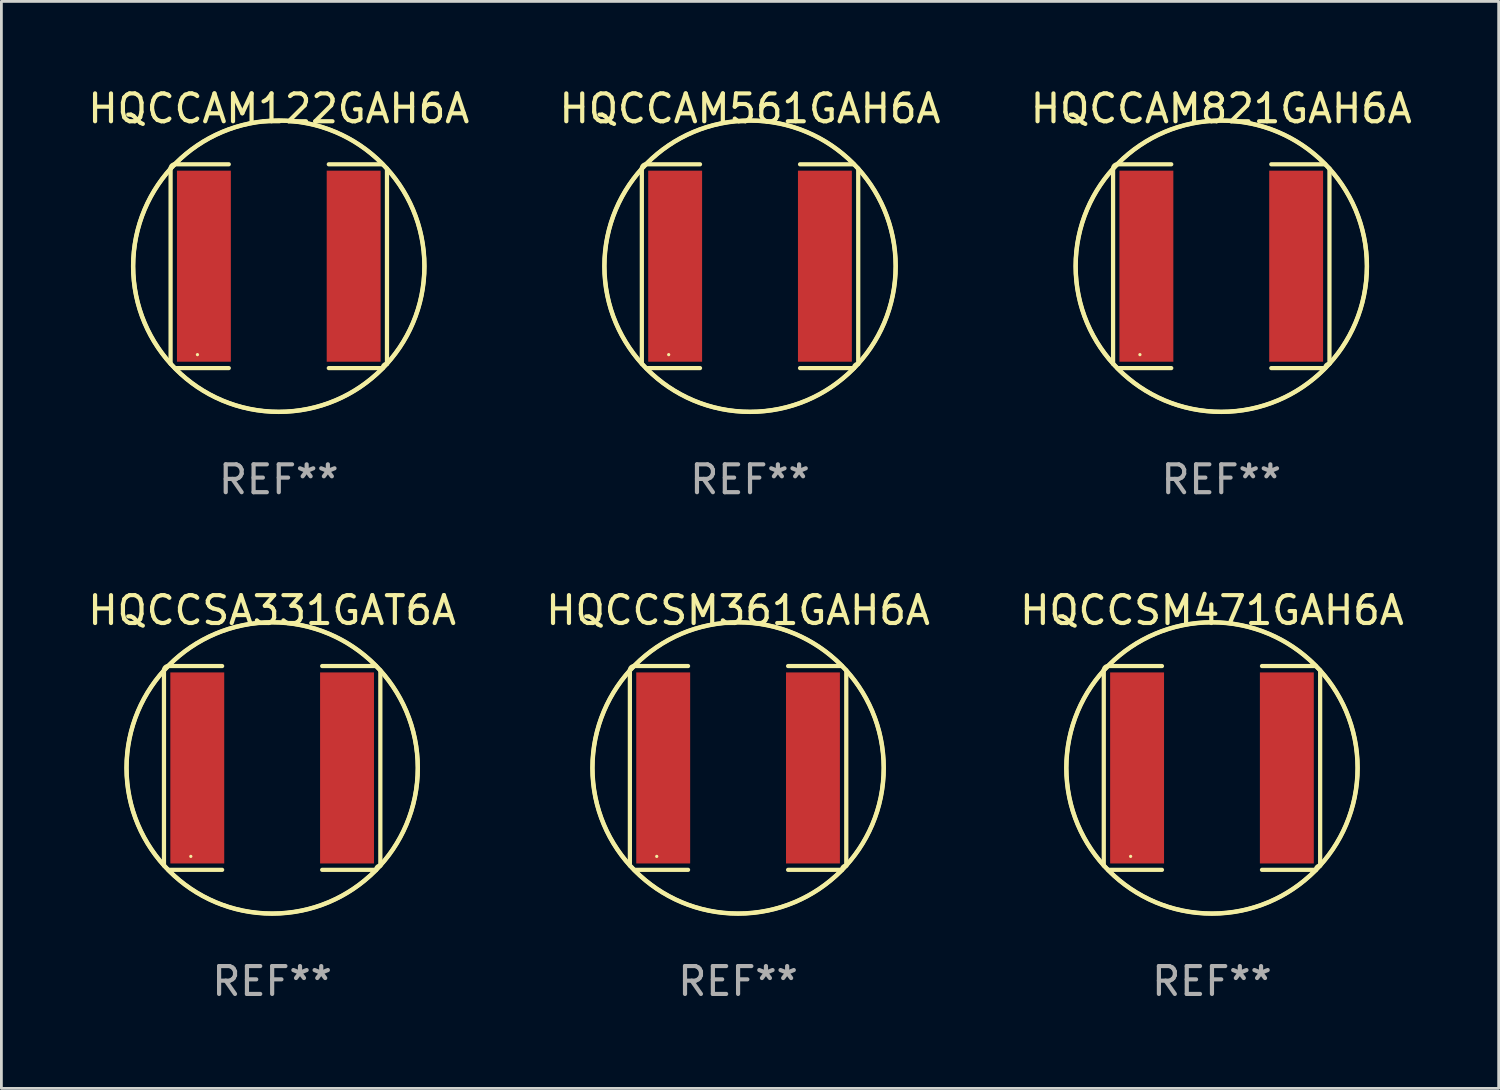
<source format=kicad_pcb>
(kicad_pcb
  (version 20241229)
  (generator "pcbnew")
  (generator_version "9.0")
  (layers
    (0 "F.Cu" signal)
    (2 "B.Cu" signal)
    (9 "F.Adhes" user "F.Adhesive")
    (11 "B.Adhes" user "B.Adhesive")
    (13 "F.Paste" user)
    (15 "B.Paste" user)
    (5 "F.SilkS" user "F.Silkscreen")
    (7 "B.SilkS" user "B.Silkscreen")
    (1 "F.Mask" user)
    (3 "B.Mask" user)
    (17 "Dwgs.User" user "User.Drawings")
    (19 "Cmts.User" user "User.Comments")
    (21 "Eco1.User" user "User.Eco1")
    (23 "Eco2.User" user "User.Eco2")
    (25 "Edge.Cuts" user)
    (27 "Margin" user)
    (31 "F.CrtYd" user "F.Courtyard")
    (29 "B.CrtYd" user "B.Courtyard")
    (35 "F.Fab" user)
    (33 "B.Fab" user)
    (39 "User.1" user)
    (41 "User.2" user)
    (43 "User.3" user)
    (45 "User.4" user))
  (footprint "HQCCAM561GAH6A"
    (layer "F.Cu")
    (at 23.875 6.506)
    (property "Reference" "HQCCAM561GAH6A" (at 0 -5.658 0) (layer "F.SilkS") (effects (font (size 1 1) (thickness 0.15))))
    (attr through_hole)
    (fp_line (start -3.884 -3.505) (end -3.884 3.505) (stroke (width 0.152) (type solid)) (layer "F.SilkS"))
    (fp_line (start -3.731 3.658) (end -1.796 3.658) (stroke (width 0.152) (type solid)) (layer "F.SilkS"))
    (fp_line (start -1.796 -3.658) (end -3.731 -3.658) (stroke (width 0.152) (type solid)) (layer "F.SilkS"))
    (fp_line (start 1.796 -3.658) (end 3.731 -3.658) (stroke (width 0.152) (type solid)) (layer "F.SilkS"))
    (fp_line (start 3.731 3.658) (end 1.796 3.658) (stroke (width 0.152) (type solid)) (layer "F.SilkS"))
    (fp_line (start 3.884 -3.505) (end 3.884 3.505) (stroke (width 0.152) (type solid)) (layer "F.SilkS"))
    (fp_arc (start -3.8836 -3.505199) (mid -3.838963 -3.612963) (end -3.731199 -3.6576) (stroke (width 0.1524) (type solid)) (layer "F.SilkS"))
    (fp_arc (start -3.883599 3.505199) (mid 3.883577 -3.505177) (end -3.883599 3.505199) (stroke (width 0.1524) (type solid)) (layer "F.SilkS"))
    (fp_arc (start 3.731198 3.6576) (mid 3.775835 3.549836) (end 3.883599 3.505199) (stroke (width 0.1524) (type solid)) (layer "F.SilkS"))
    (fp_arc (start 3.731199 -3.6576) (mid -3.731221 3.657622) (end 3.731199 -3.6576) (stroke (width 0.1524) (type solid)) (layer "F.SilkS"))
    (fp_circle (center -2.92 3.175) (end -2.89 3.175) (stroke (width 0.06) (type solid)) (fill no) (layer "F.SilkS"))
    (fp_text user "REF**" (at 0 7.658 0) (layer "F.Fab") (effects (font (size 1 1) (thickness 0.15))))
    (pad "1" smd rect (at -2.688 0) (size 1.935 6.858) (layers "F.Cu" "F.Mask" "F.Paste"))
    (pad "2" smd rect (at 2.688 0) (size 1.935 6.858) (layers "F.Cu" "F.Mask" "F.Paste")))
  (footprint "HQCCAM122GAH6A"
    (layer "F.Cu")
    (at 6.958 6.506)
    (property "Reference" "HQCCAM122GAH6A" (at 0 -5.658 0) (layer "F.SilkS") (effects (font (size 1 1) (thickness 0.15))))
    (attr through_hole)
    (fp_line (start -3.884 -3.505) (end -3.884 3.505) (stroke (width 0.152) (type solid)) (layer "F.SilkS"))
    (fp_line (start -3.731 3.658) (end -1.796 3.658) (stroke (width 0.152) (type solid)) (layer "F.SilkS"))
    (fp_line (start -1.796 -3.658) (end -3.731 -3.658) (stroke (width 0.152) (type solid)) (layer "F.SilkS"))
    (fp_line (start 1.796 -3.658) (end 3.731 -3.658) (stroke (width 0.152) (type solid)) (layer "F.SilkS"))
    (fp_line (start 3.731 3.658) (end 1.796 3.658) (stroke (width 0.152) (type solid)) (layer "F.SilkS"))
    (fp_line (start 3.884 -3.505) (end 3.884 3.505) (stroke (width 0.152) (type solid)) (layer "F.SilkS"))
    (fp_arc (start -3.8836 -3.505199) (mid -3.838963 -3.612963) (end -3.731199 -3.6576) (stroke (width 0.1524) (type solid)) (layer "F.SilkS"))
    (fp_arc (start -3.883599 3.505199) (mid 3.883577 -3.505177) (end -3.883599 3.505199) (stroke (width 0.1524) (type solid)) (layer "F.SilkS"))
    (fp_arc (start 3.731198 3.6576) (mid 3.775835 3.549836) (end 3.883599 3.505199) (stroke (width 0.1524) (type solid)) (layer "F.SilkS"))
    (fp_arc (start 3.731199 -3.6576) (mid -3.731221 3.657622) (end 3.731199 -3.6576) (stroke (width 0.1524) (type solid)) (layer "F.SilkS"))
    (fp_circle (center -2.92 3.175) (end -2.89 3.175) (stroke (width 0.06) (type solid)) (fill no) (layer "F.SilkS"))
    (fp_text user "REF**" (at 0 7.658 0) (layer "F.Fab") (effects (font (size 1 1) (thickness 0.15))))
    (pad "1" smd rect (at -2.688 0) (size 1.935 6.858) (layers "F.Cu" "F.Mask" "F.Paste"))
    (pad "2" smd rect (at 2.688 0) (size 1.935 6.858) (layers "F.Cu" "F.Mask" "F.Paste")))
  (footprint "HQCCAM821GAH6A"
    (layer "F.Cu")
    (at 40.792 6.506)
    (property "Reference" "HQCCAM821GAH6A" (at 0 -5.658 0) (layer "F.SilkS") (effects (font (size 1 1) (thickness 0.15))))
    (attr through_hole)
    (fp_line (start -3.884 -3.505) (end -3.884 3.505) (stroke (width 0.152) (type solid)) (layer "F.SilkS"))
    (fp_line (start -3.731 3.658) (end -1.796 3.658) (stroke (width 0.152) (type solid)) (layer "F.SilkS"))
    (fp_line (start -1.796 -3.658) (end -3.731 -3.658) (stroke (width 0.152) (type solid)) (layer "F.SilkS"))
    (fp_line (start 1.796 -3.658) (end 3.731 -3.658) (stroke (width 0.152) (type solid)) (layer "F.SilkS"))
    (fp_line (start 3.731 3.658) (end 1.796 3.658) (stroke (width 0.152) (type solid)) (layer "F.SilkS"))
    (fp_line (start 3.884 -3.505) (end 3.884 3.505) (stroke (width 0.152) (type solid)) (layer "F.SilkS"))
    (fp_arc (start -3.8836 -3.505199) (mid -3.838963 -3.612963) (end -3.731199 -3.6576) (stroke (width 0.1524) (type solid)) (layer "F.SilkS"))
    (fp_arc (start -3.883599 3.505199) (mid 3.883577 -3.505177) (end -3.883599 3.505199) (stroke (width 0.1524) (type solid)) (layer "F.SilkS"))
    (fp_arc (start 3.731198 3.6576) (mid 3.775835 3.549836) (end 3.883599 3.505199) (stroke (width 0.1524) (type solid)) (layer "F.SilkS"))
    (fp_arc (start 3.731199 -3.6576) (mid -3.731221 3.657622) (end 3.731199 -3.6576) (stroke (width 0.1524) (type solid)) (layer "F.SilkS"))
    (fp_circle (center -2.92 3.175) (end -2.89 3.175) (stroke (width 0.06) (type solid)) (fill no) (layer "F.SilkS"))
    (fp_text user "REF**" (at 0 7.658 0) (layer "F.Fab") (effects (font (size 1 1) (thickness 0.15))))
    (pad "1" smd rect (at -2.688 0) (size 1.935 6.858) (layers "F.Cu" "F.Mask" "F.Paste"))
    (pad "2" smd rect (at 2.688 0) (size 1.935 6.858) (layers "F.Cu" "F.Mask" "F.Paste")))
  (footprint "HQCCSM471GAH6A"
    (layer "F.Cu")
    (at 40.458 24.518)
    (property "Reference" "HQCCSM471GAH6A" (at 0 -5.658 0) (layer "F.SilkS") (effects (font (size 1 1) (thickness 0.15))))
    (attr through_hole)
    (fp_line (start -3.884 -3.505) (end -3.884 3.505) (stroke (width 0.152) (type solid)) (layer "F.SilkS"))
    (fp_line (start -3.731 3.658) (end -1.796 3.658) (stroke (width 0.152) (type solid)) (layer "F.SilkS"))
    (fp_line (start -1.796 -3.658) (end -3.731 -3.658) (stroke (width 0.152) (type solid)) (layer "F.SilkS"))
    (fp_line (start 1.796 -3.658) (end 3.731 -3.658) (stroke (width 0.152) (type solid)) (layer "F.SilkS"))
    (fp_line (start 3.731 3.658) (end 1.796 3.658) (stroke (width 0.152) (type solid)) (layer "F.SilkS"))
    (fp_line (start 3.884 -3.505) (end 3.884 3.505) (stroke (width 0.152) (type solid)) (layer "F.SilkS"))
    (fp_arc (start -3.8836 -3.505199) (mid -3.838963 -3.612963) (end -3.731199 -3.6576) (stroke (width 0.1524) (type solid)) (layer "F.SilkS"))
    (fp_arc (start -3.883599 3.505199) (mid 3.883577 -3.505177) (end -3.883599 3.505199) (stroke (width 0.1524) (type solid)) (layer "F.SilkS"))
    (fp_arc (start 3.731198 3.6576) (mid 3.775835 3.549836) (end 3.883599 3.505199) (stroke (width 0.1524) (type solid)) (layer "F.SilkS"))
    (fp_arc (start 3.731199 -3.6576) (mid -3.731221 3.657622) (end 3.731199 -3.6576) (stroke (width 0.1524) (type solid)) (layer "F.SilkS"))
    (fp_circle (center -2.92 3.175) (end -2.89 3.175) (stroke (width 0.06) (type solid)) (fill no) (layer "F.SilkS"))
    (fp_text user "REF**" (at 0 7.658 0) (layer "F.Fab") (effects (font (size 1 1) (thickness 0.15))))
    (pad "1" smd rect (at -2.688 0) (size 1.935 6.858) (layers "F.Cu" "F.Mask" "F.Paste"))
    (pad "2" smd rect (at 2.688 0) (size 1.935 6.858) (layers "F.Cu" "F.Mask" "F.Paste")))
  (footprint "HQCCSA331GAT6A"
    (layer "F.Cu")
    (at 6.72 24.518)
    (property "Reference" "HQCCSA331GAT6A" (at 0 -5.658 0) (layer "F.SilkS") (effects (font (size 1 1) (thickness 0.15))))
    (attr through_hole)
    (fp_line (start -3.884 -3.505) (end -3.884 3.505) (stroke (width 0.152) (type solid)) (layer "F.SilkS"))
    (fp_line (start -3.731 3.658) (end -1.796 3.658) (stroke (width 0.152) (type solid)) (layer "F.SilkS"))
    (fp_line (start -1.796 -3.658) (end -3.731 -3.658) (stroke (width 0.152) (type solid)) (layer "F.SilkS"))
    (fp_line (start 1.796 -3.658) (end 3.731 -3.658) (stroke (width 0.152) (type solid)) (layer "F.SilkS"))
    (fp_line (start 3.731 3.658) (end 1.796 3.658) (stroke (width 0.152) (type solid)) (layer "F.SilkS"))
    (fp_line (start 3.884 -3.505) (end 3.884 3.505) (stroke (width 0.152) (type solid)) (layer "F.SilkS"))
    (fp_arc (start -3.8836 -3.505199) (mid -3.838963 -3.612963) (end -3.731199 -3.6576) (stroke (width 0.1524) (type solid)) (layer "F.SilkS"))
    (fp_arc (start -3.883599 3.505199) (mid 3.883577 -3.505177) (end -3.883599 3.505199) (stroke (width 0.1524) (type solid)) (layer "F.SilkS"))
    (fp_arc (start 3.731198 3.6576) (mid 3.775835 3.549836) (end 3.883599 3.505199) (stroke (width 0.1524) (type solid)) (layer "F.SilkS"))
    (fp_arc (start 3.731199 -3.6576) (mid -3.731221 3.657622) (end 3.731199 -3.6576) (stroke (width 0.1524) (type solid)) (layer "F.SilkS"))
    (fp_circle (center -2.92 3.175) (end -2.89 3.175) (stroke (width 0.06) (type solid)) (fill no) (layer "F.SilkS"))
    (fp_text user "REF**" (at 0 7.658 0) (layer "F.Fab") (effects (font (size 1 1) (thickness 0.15))))
    (pad "1" smd rect (at -2.688 0) (size 1.935 6.858) (layers "F.Cu" "F.Mask" "F.Paste"))
    (pad "2" smd rect (at 2.688 0) (size 1.935 6.858) (layers "F.Cu" "F.Mask" "F.Paste")))
  (footprint "HQCCSM361GAH6A"
    (layer "F.Cu")
    (at 23.446 24.518)
    (property "Reference" "HQCCSM361GAH6A" (at 0 -5.658 0) (layer "F.SilkS") (effects (font (size 1 1) (thickness 0.15))))
    (attr through_hole)
    (fp_line (start -3.884 -3.505) (end -3.884 3.505) (stroke (width 0.152) (type solid)) (layer "F.SilkS"))
    (fp_line (start -3.731 3.658) (end -1.796 3.658) (stroke (width 0.152) (type solid)) (layer "F.SilkS"))
    (fp_line (start -1.796 -3.658) (end -3.731 -3.658) (stroke (width 0.152) (type solid)) (layer "F.SilkS"))
    (fp_line (start 1.796 -3.658) (end 3.731 -3.658) (stroke (width 0.152) (type solid)) (layer "F.SilkS"))
    (fp_line (start 3.731 3.658) (end 1.796 3.658) (stroke (width 0.152) (type solid)) (layer "F.SilkS"))
    (fp_line (start 3.884 -3.505) (end 3.884 3.505) (stroke (width 0.152) (type solid)) (layer "F.SilkS"))
    (fp_arc (start -3.8836 -3.505199) (mid -3.838963 -3.612963) (end -3.731199 -3.6576) (stroke (width 0.1524) (type solid)) (layer "F.SilkS"))
    (fp_arc (start -3.883599 3.505199) (mid 3.883577 -3.505177) (end -3.883599 3.505199) (stroke (width 0.1524) (type solid)) (layer "F.SilkS"))
    (fp_arc (start 3.731198 3.6576) (mid 3.775835 3.549836) (end 3.883599 3.505199) (stroke (width 0.1524) (type solid)) (layer "F.SilkS"))
    (fp_arc (start 3.731199 -3.6576) (mid -3.731221 3.657622) (end 3.731199 -3.6576) (stroke (width 0.1524) (type solid)) (layer "F.SilkS"))
    (fp_circle (center -2.92 3.175) (end -2.89 3.175) (stroke (width 0.06) (type solid)) (fill no) (layer "F.SilkS"))
    (fp_text user "REF**" (at 0 7.658 0) (layer "F.Fab") (effects (font (size 1 1) (thickness 0.15))))
    (pad "1" smd rect (at -2.688 0) (size 1.935 6.858) (layers "F.Cu" "F.Mask" "F.Paste"))
    (pad "2" smd rect (at 2.688 0) (size 1.935 6.858) (layers "F.Cu" "F.Mask" "F.Paste")))
  (gr_rect
    (start -3 -3)
    (end 50.75 36.023)
    (stroke (width 0.1) (type default))
    (fill no)
    (layer "Edge.Cuts")))
</source>
